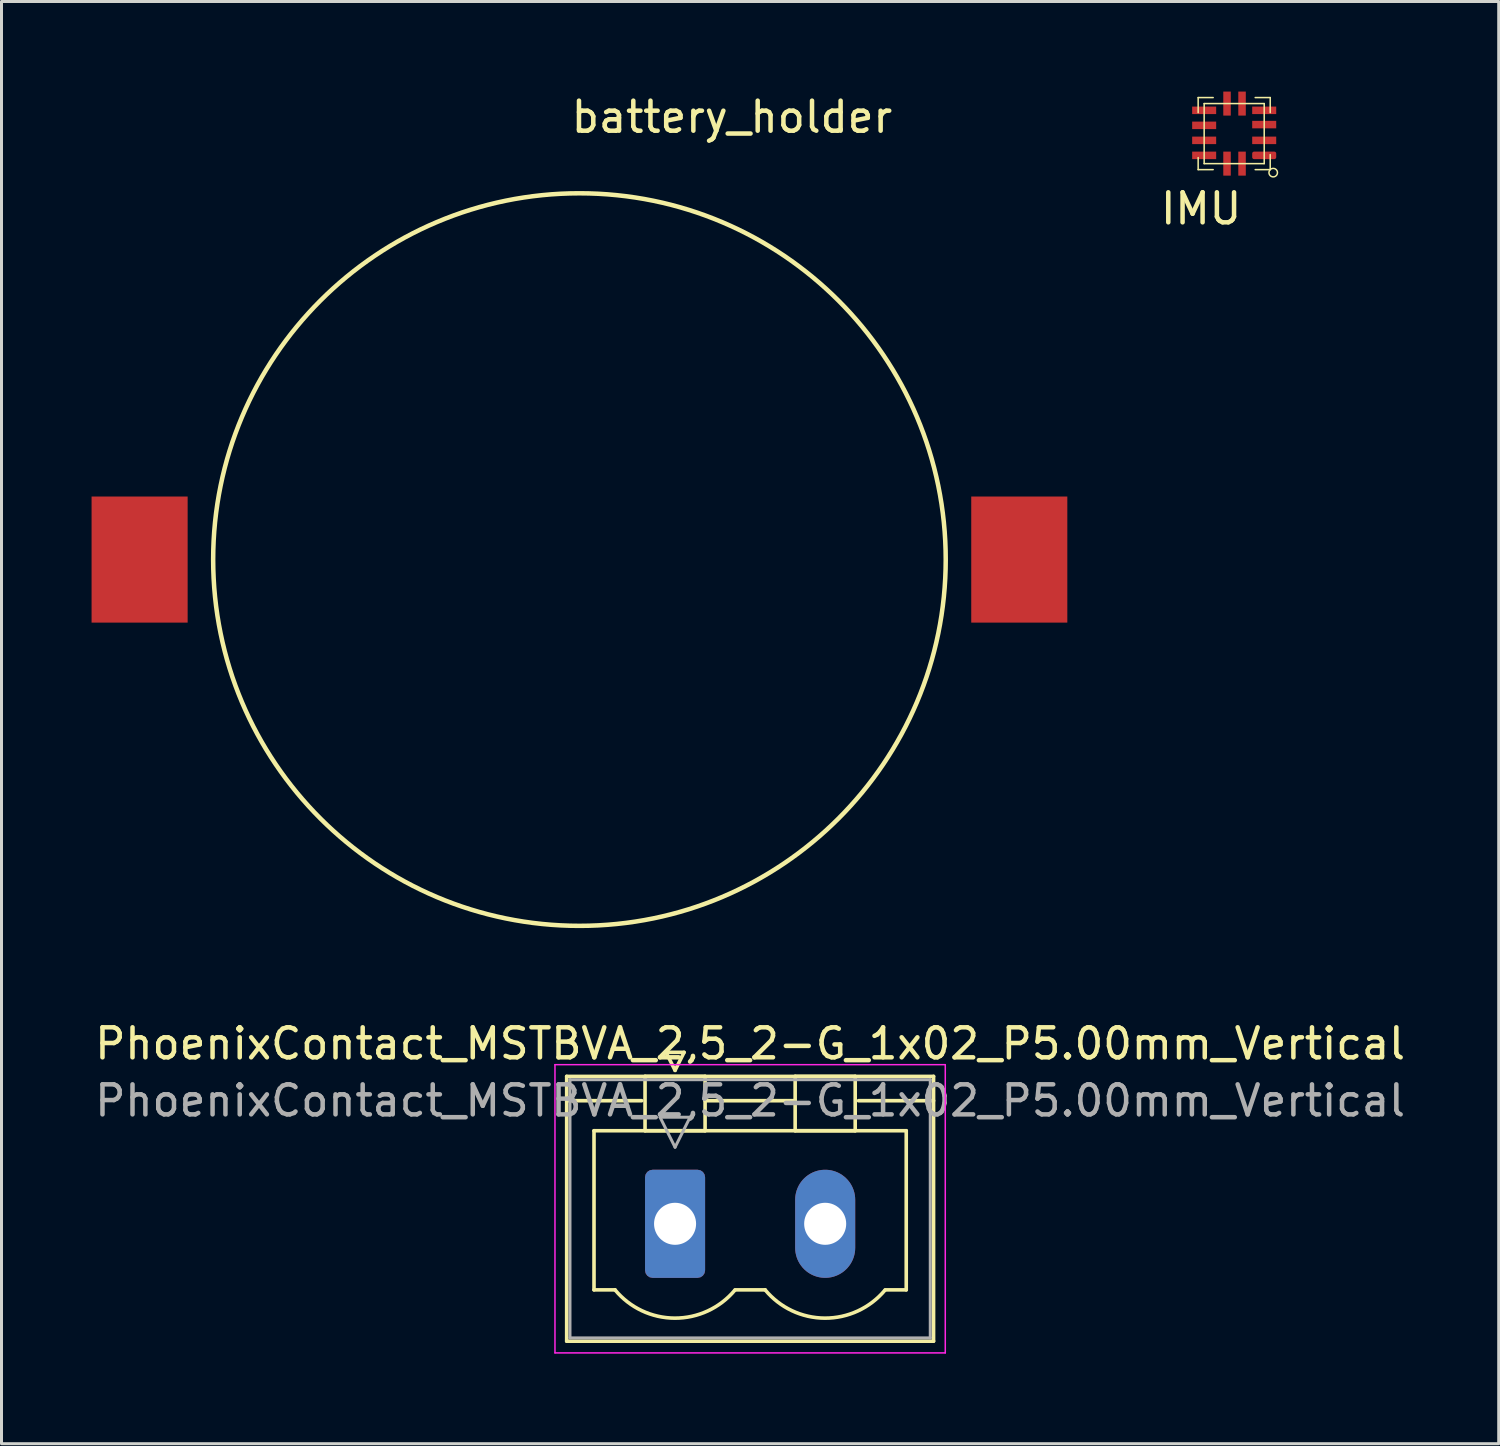
<source format=kicad_pcb>
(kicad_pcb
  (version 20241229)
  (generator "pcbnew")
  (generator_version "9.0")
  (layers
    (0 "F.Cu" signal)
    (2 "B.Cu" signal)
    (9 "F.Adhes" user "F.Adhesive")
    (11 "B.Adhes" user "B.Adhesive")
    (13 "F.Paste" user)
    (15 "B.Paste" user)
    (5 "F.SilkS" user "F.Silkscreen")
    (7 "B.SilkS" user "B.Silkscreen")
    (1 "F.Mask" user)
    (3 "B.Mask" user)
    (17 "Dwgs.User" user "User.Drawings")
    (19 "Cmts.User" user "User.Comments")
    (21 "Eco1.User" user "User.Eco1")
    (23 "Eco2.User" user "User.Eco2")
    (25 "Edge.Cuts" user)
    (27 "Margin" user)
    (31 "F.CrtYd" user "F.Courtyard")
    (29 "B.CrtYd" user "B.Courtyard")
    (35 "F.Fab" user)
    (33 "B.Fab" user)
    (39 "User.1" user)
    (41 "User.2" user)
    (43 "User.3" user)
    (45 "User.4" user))
  (footprint "IMU"
    (layer "F.Cu")
    (at 37.058 2.4)
    (property "Reference" "IMU" (at -0.1 1.5 0) (layer "F.SilkS") (effects (font (size 1 1) (thickness 0.15))))
    (attr through_hole)
    (fp_line (start -0.2 -2.2) (end 0.3 -2.2) (stroke (width 0.05) (type solid)) (layer "F.SilkS"))
    (fp_line (start -0.2 -1.7) (end -0.2 -2.2) (stroke (width 0.05) (type solid)) (layer "F.SilkS"))
    (fp_line (start -0.2 0.2) (end -0.2 -0.2) (stroke (width 0.05) (type solid)) (layer "F.SilkS"))
    (fp_line (start 0 -2) (end 0 0) (stroke (width 0.05) (type solid)) (layer "F.SilkS"))
    (fp_line (start 0 0) (end 2 0) (stroke (width 0.05) (type solid)) (layer "F.SilkS"))
    (fp_line (start 0.3 0.2) (end -0.2 0.2) (stroke (width 0.05) (type solid)) (layer "F.SilkS"))
    (fp_line (start 1.7 -2.2) (end 2.2 -2.2) (stroke (width 0.05) (type solid)) (layer "F.SilkS"))
    (fp_line (start 2 -2) (end 0 -2) (stroke (width 0.05) (type solid)) (layer "F.SilkS"))
    (fp_line (start 2 0) (end 2 -2) (stroke (width 0.05) (type solid)) (layer "F.SilkS"))
    (fp_line (start 2.2 -2.2) (end 2.2 -1.7) (stroke (width 0.05) (type solid)) (layer "F.SilkS"))
    (fp_line (start 2.2 -0.3) (end 2.2 0.2) (stroke (width 0.05) (type solid)) (layer "F.SilkS"))
    (fp_line (start 2.2 0.2) (end 1.7 0.2) (stroke (width 0.05) (type solid)) (layer "F.SilkS"))
    (fp_circle (center 2.3 0.3) (end 2.4 0.4) (stroke (width 0.05) (type solid)) (fill no) (layer "F.SilkS"))
    (pad "1" smd roundrect (at 2 -0.275) (size 0.8 0.25) (layers "F.Cu" "F.Mask" "F.Paste") (roundrect_rratio 0.25))
    (pad "2" smd rect (at 2 -0.775) (size 0.8 0.25) (layers "F.Cu" "F.Mask" "F.Paste"))
    (pad "3" smd rect (at 2 -1.3) (size 0.8 0.25) (layers "F.Cu" "F.Mask" "F.Paste"))
    (pad "4" smd rect (at 2 -1.775) (size 0.8 0.25) (layers "F.Cu" "F.Mask" "F.Paste"))
    (pad "5" smd rect (at 1.262 -2) (size 0.25 0.8) (layers "F.Cu" "F.Mask" "F.Paste"))
    (pad "6" smd rect (at 0.762 -2) (size 0.25 0.8) (layers "F.Cu" "F.Mask" "F.Paste"))
    (pad "7" smd rect (at 0 -1.775) (size 0.8 0.25) (layers "F.Cu" "F.Mask" "F.Paste"))
    (pad "8" smd rect (at 0 -1.275) (size 0.8 0.25) (layers "F.Cu" "F.Mask" "F.Paste"))
    (pad "9" smd rect (at 0 -0.775) (size 0.8 0.25) (layers "F.Cu" "F.Mask" "F.Paste"))
    (pad "10" smd rect (at 0 -0.275) (size 0.8 0.25) (layers "F.Cu" "F.Mask" "F.Paste"))
    (pad "11" smd rect (at 0.762 0) (size 0.25 0.8) (layers "F.Cu" "F.Mask" "F.Paste"))
    (pad "12" smd rect (at 1.262 0) (size 0.25 0.8) (layers "F.Cu" "F.Mask" "F.Paste")))
  (footprint "PhoenixContact_MSTBVA_2,5_2-G_1x02_P5.00mm_Vertical"
    (layer "F.Cu")
    (at 19.435 37.712)
    (property "Reference" "PhoenixContact_MSTBVA_2,5_2-G_1x02_P5.00mm_Vertical" (at 2.5 -6 0) (layer "F.SilkS") (effects (font (size 1 1) (thickness 0.15))))
    (attr through_hole)
    (fp_line (start -3.61 -4.91) (end -3.61 3.91) (stroke (width 0.12) (type solid)) (layer "F.SilkS"))
    (fp_line (start -3.61 -4.1) (end -1.11 -4.1) (stroke (width 0.12) (type solid)) (layer "F.SilkS"))
    (fp_line (start -3.61 3.91) (end 8.61 3.91) (stroke (width 0.12) (type solid)) (layer "F.SilkS"))
    (fp_line (start -2.7 -3.1) (end 7.7 -3.1) (stroke (width 0.12) (type solid)) (layer "F.SilkS"))
    (fp_line (start -2.7 2.2) (end -2.7 -3.1) (stroke (width 0.12) (type solid)) (layer "F.SilkS"))
    (fp_line (start -2 2.2) (end -2.7 2.2) (stroke (width 0.12) (type solid)) (layer "F.SilkS"))
    (fp_line (start -1 -4.91) (end 1 -4.91) (stroke (width 0.12) (type solid)) (layer "F.SilkS"))
    (fp_line (start -1 -3.1) (end -1 -4.91) (stroke (width 0.12) (type solid)) (layer "F.SilkS"))
    (fp_line (start -0.3 -5.71) (end 0.3 -5.71) (stroke (width 0.12) (type solid)) (layer "F.SilkS"))
    (fp_line (start 0 -5.11) (end -0.3 -5.71) (stroke (width 0.12) (type solid)) (layer "F.SilkS"))
    (fp_line (start 0.3 -5.71) (end 0 -5.11) (stroke (width 0.12) (type solid)) (layer "F.SilkS"))
    (fp_line (start 1 -4.91) (end 1 -3.1) (stroke (width 0.12) (type solid)) (layer "F.SilkS"))
    (fp_line (start 1 -4.1) (end 4 -4.1) (stroke (width 0.12) (type solid)) (layer "F.SilkS"))
    (fp_line (start 1 -3.1) (end -1 -3.1) (stroke (width 0.12) (type solid)) (layer "F.SilkS"))
    (fp_line (start 2 2.2) (end 3 2.2) (stroke (width 0.12) (type solid)) (layer "F.SilkS"))
    (fp_line (start 4 -4.91) (end 6 -4.91) (stroke (width 0.12) (type solid)) (layer "F.SilkS"))
    (fp_line (start 4 -3.1) (end 4 -4.91) (stroke (width 0.12) (type solid)) (layer "F.SilkS"))
    (fp_line (start 6 -4.91) (end 6 -3.1) (stroke (width 0.12) (type solid)) (layer "F.SilkS"))
    (fp_line (start 6 -3.1) (end 4 -3.1) (stroke (width 0.12) (type solid)) (layer "F.SilkS"))
    (fp_line (start 7.7 -3.1) (end 7.7 2.2) (stroke (width 0.12) (type solid)) (layer "F.SilkS"))
    (fp_line (start 7.7 2.2) (end 7 2.2) (stroke (width 0.12) (type solid)) (layer "F.SilkS"))
    (fp_line (start 8.61 -4.91) (end -3.61 -4.91) (stroke (width 0.12) (type solid)) (layer "F.SilkS"))
    (fp_line (start 8.61 -4.1) (end 6.11 -4.1) (stroke (width 0.12) (type solid)) (layer "F.SilkS"))
    (fp_line (start 8.61 3.91) (end 8.61 -4.91) (stroke (width 0.12) (type solid)) (layer "F.SilkS"))
    (fp_arc (start 1.986842 2.215821) (mid -0.010289 3.142758) (end -2 2.2) (stroke (width 0.12) (type solid)) (layer "F.SilkS"))
    (fp_arc (start 6.986842 2.215821) (mid 4.989711 3.142758) (end 3 2.2) (stroke (width 0.12) (type solid)) (layer "F.SilkS"))
    (fp_line (start -4 -5.3) (end -4 4.3) (stroke (width 0.05) (type solid)) (layer "F.CrtYd"))
    (fp_line (start -4 4.3) (end 9 4.3) (stroke (width 0.05) (type solid)) (layer "F.CrtYd"))
    (fp_line (start 9 -5.3) (end -4 -5.3) (stroke (width 0.05) (type solid)) (layer "F.CrtYd"))
    (fp_line (start 9 4.3) (end 9 -5.3) (stroke (width 0.05) (type solid)) (layer "F.CrtYd"))
    (fp_line (start -3.5 -4.8) (end -3.5 3.8) (stroke (width 0.1) (type solid)) (layer "F.Fab"))
    (fp_line (start -3.5 3.8) (end 8.5 3.8) (stroke (width 0.1) (type solid)) (layer "F.Fab"))
    (fp_line (start -0.5 -3.55) (end 0.5 -3.55) (stroke (width 0.1) (type solid)) (layer "F.Fab"))
    (fp_line (start 0 -2.55) (end -0.5 -3.55) (stroke (width 0.1) (type solid)) (layer "F.Fab"))
    (fp_line (start 0.5 -3.55) (end 0 -2.55) (stroke (width 0.1) (type solid)) (layer "F.Fab"))
    (fp_line (start 8.5 -4.8) (end -3.5 -4.8) (stroke (width 0.1) (type solid)) (layer "F.Fab"))
    (fp_line (start 8.5 3.8) (end 8.5 -4.8) (stroke (width 0.1) (type solid)) (layer "F.Fab"))
    (fp_text user "${REFERENCE}" (at 2.5 -4.1 0) (layer "F.Fab") (effects (font (size 1 1) (thickness 0.15))))
    (pad "1" thru_hole roundrect (at 0 0) (size 2 3.6) (drill 1.4) (layers "*.Cu" "*.Mask") (roundrect_rratio 0.125))
    (pad "2" thru_hole oval (at 5 0) (size 2 3.6) (drill 1.4) (layers "*.Cu" "*.Mask")))
  (footprint "battery_holder"
    (layer "F.Cu")
    (at 16.25 15.588)
    (property "Reference" "battery_holder" (at 5.08 -14.74 0) (layer "F.SilkS") (effects (font (size 1 1) (thickness 0.15))))
    (attr through_hole)
    (fp_circle (center 0 0) (end 12.2 0) (stroke (width 0.15) (type solid)) (fill no) (layer "F.SilkS"))
    (pad "1" smd rect (at -14.65 0) (size 3.2 4.2) (layers "F.Cu" "F.Mask" "F.Paste"))
    (pad "2" smd rect (at 14.65 0) (size 3.2 4.2) (layers "F.Cu" "F.Mask" "F.Paste")))
  (gr_rect
    (start -3 -3)
    (end 46.869 45.036)
    (stroke (width 0.1) (type default))
    (fill no)
    (layer "Edge.Cuts")))
</source>
